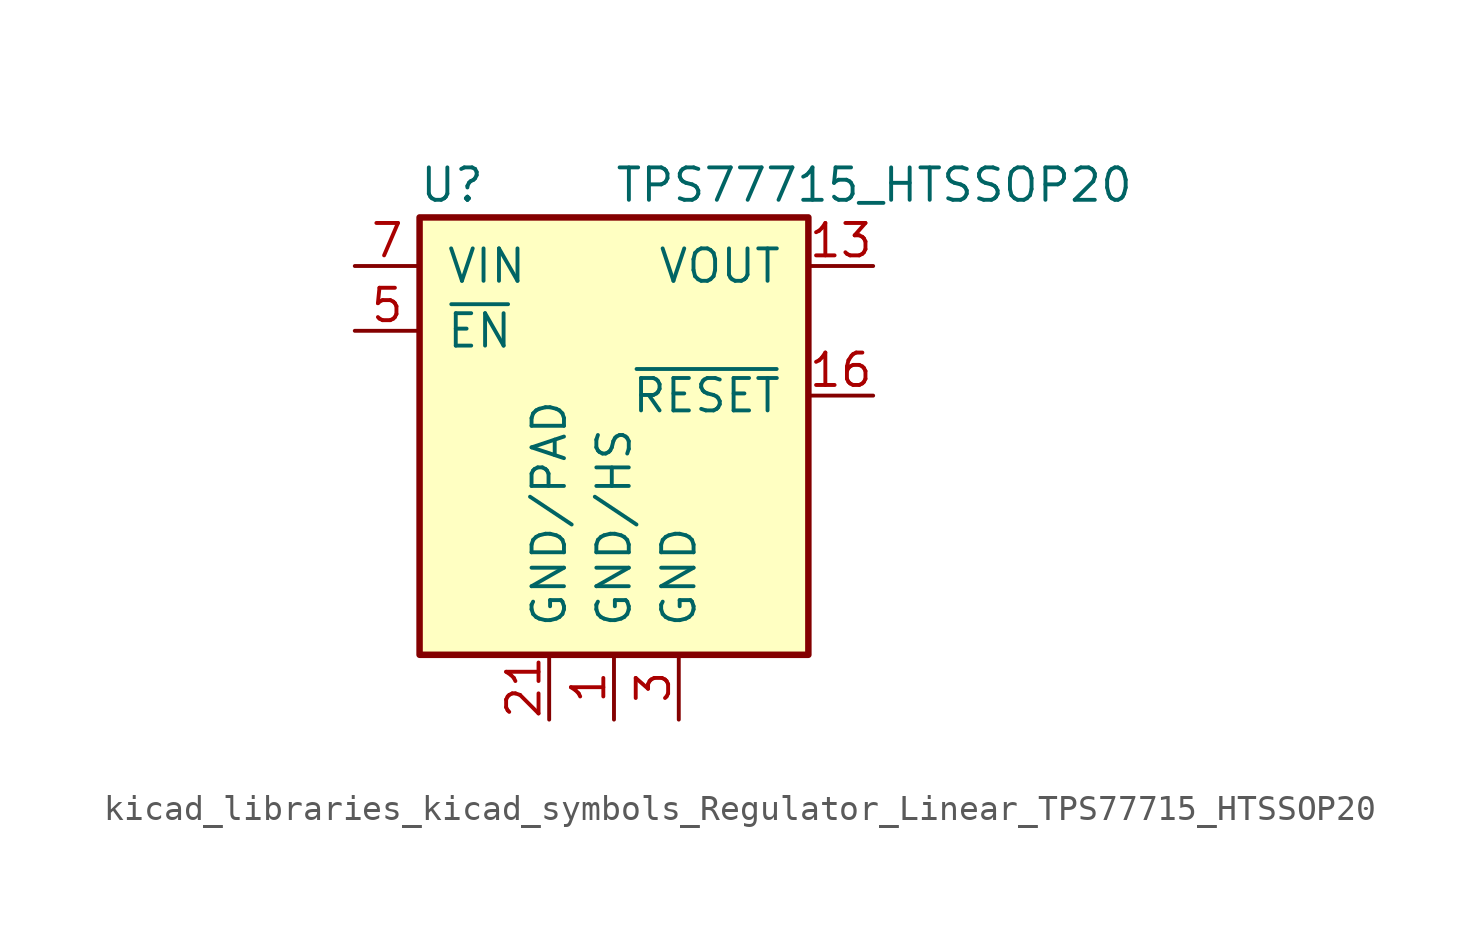
<source format=kicad_sym>
(kicad_symbol_lib
  (version 20220914)
  (generator kicad_symbol_editor)
  (symbol "kicad_libraries_kicad_symbols_Regulator_Linear_TPS77715_HTSSOP20"
    (pin_names
      (offset 1.016))
    (property "Reference" "U"
      (at -6.35 5.715 0)
      (effects (font (size 1.27 1.27))))
    (property "Value" "TPS77715_HTSSOP20"
      (at 0 5.715 0)
      (effects (font (size 1.27 1.27)) (justify left)))
    (symbol "kicad_libraries_kicad_symbols_Regulator_Linear_TPS77715_HTSSOP20_0_1"
      (rectangle (start -7.62 4.445) (end 7.62 -12.7) (stroke (width 0.254) (type default)) (fill (type background))))
    (symbol "kicad_libraries_kicad_symbols_Regulator_Linear_TPS77715_HTSSOP20_1_1"
      (pin power_in line (at 0 -15.24 90) (length 2.54) (name "GND/HS" (effects (font (size 1.27 1.27)))) (number "1" (effects (font (size 1.27 1.27)))))
      (pin passive line (at 0 -15.24 90) (length 2.54) hide (name "GND/HS" (effects (font (size 1.27 1.27)))) (number "10" (effects (font (size 1.27 1.27)))))
      (pin passive line (at 0 -15.24 90) (length 2.54) hide (name "GND/HS" (effects (font (size 1.27 1.27)))) (number "11" (effects (font (size 1.27 1.27)))))
      (pin passive line (at 0 -15.24 90) (length 2.54) hide (name "GND/HS" (effects (font (size 1.27 1.27)))) (number "12" (effects (font (size 1.27 1.27)))))
      (pin power_out line (at 10.16 2.54 180) (length 2.54) (name "VOUT" (effects (font (size 1.27 1.27)))) (number "13" (effects (font (size 1.27 1.27)))))
      (pin passive line (at 10.16 2.54 180) (length 2.54) hide (name "VOUT" (effects (font (size 1.27 1.27)))) (number "14" (effects (font (size 1.27 1.27)))))
      (pin no_connect line (at 7.62 0 180) (length 2.54) hide (name "NC" (effects (font (size 1.27 1.27)))) (number "15" (effects (font (size 1.27 1.27)))))
      (pin open_collector line (at 10.16 -2.54 180) (length 2.54) (name "~{RESET}" (effects (font (size 1.27 1.27)))) (number "16" (effects (font (size 1.27 1.27)))))
      (pin no_connect line (at 7.62 -5.08 180) (length 2.54) hide (name "NC" (effects (font (size 1.27 1.27)))) (number "17" (effects (font (size 1.27 1.27)))))
      (pin no_connect line (at 7.62 -7.62 180) (length 2.54) hide (name "NC" (effects (font (size 1.27 1.27)))) (number "18" (effects (font (size 1.27 1.27)))))
      (pin passive line (at 0 -15.24 90) (length 2.54) hide (name "GND/HS" (effects (font (size 1.27 1.27)))) (number "19" (effects (font (size 1.27 1.27)))))
      (pin passive line (at 0 -15.24 90) (length 2.54) hide (name "GND/HS" (effects (font (size 1.27 1.27)))) (number "2" (effects (font (size 1.27 1.27)))))
      (pin passive line (at 0 -15.24 90) (length 2.54) hide (name "GND/HS" (effects (font (size 1.27 1.27)))) (number "20" (effects (font (size 1.27 1.27)))))
      (pin power_in line (at -2.54 -15.24 90) (length 2.54) (name "GND/PAD" (effects (font (size 1.27 1.27)))) (number "21" (effects (font (size 1.27 1.27)))))
      (pin power_in line (at 2.54 -15.24 90) (length 2.54) (name "GND" (effects (font (size 1.27 1.27)))) (number "3" (effects (font (size 1.27 1.27)))))
      (pin no_connect line (at -7.62 -2.54 0) (length 2.54) hide (name "NC" (effects (font (size 1.27 1.27)))) (number "4" (effects (font (size 1.27 1.27)))))
      (pin input line (at -10.16 0 0) (length 2.54) (name "~{EN}" (effects (font (size 1.27 1.27)))) (number "5" (effects (font (size 1.27 1.27)))))
      (pin passive line (at -10.16 2.54 0) (length 2.54) hide (name "VIN" (effects (font (size 1.27 1.27)))) (number "6" (effects (font (size 1.27 1.27)))))
      (pin power_in line (at -10.16 2.54 0) (length 2.54) (name "VIN" (effects (font (size 1.27 1.27)))) (number "7" (effects (font (size 1.27 1.27)))))
      (pin no_connect line (at -7.62 -5.08 0) (length 2.54) hide (name "NC" (effects (font (size 1.27 1.27)))) (number "8" (effects (font (size 1.27 1.27)))))
      (pin passive line (at 0 -15.24 90) (length 2.54) hide (name "GND/HS" (effects (font (size 1.27 1.27)))) (number "9" (effects (font (size 1.27 1.27))))))))
</source>
